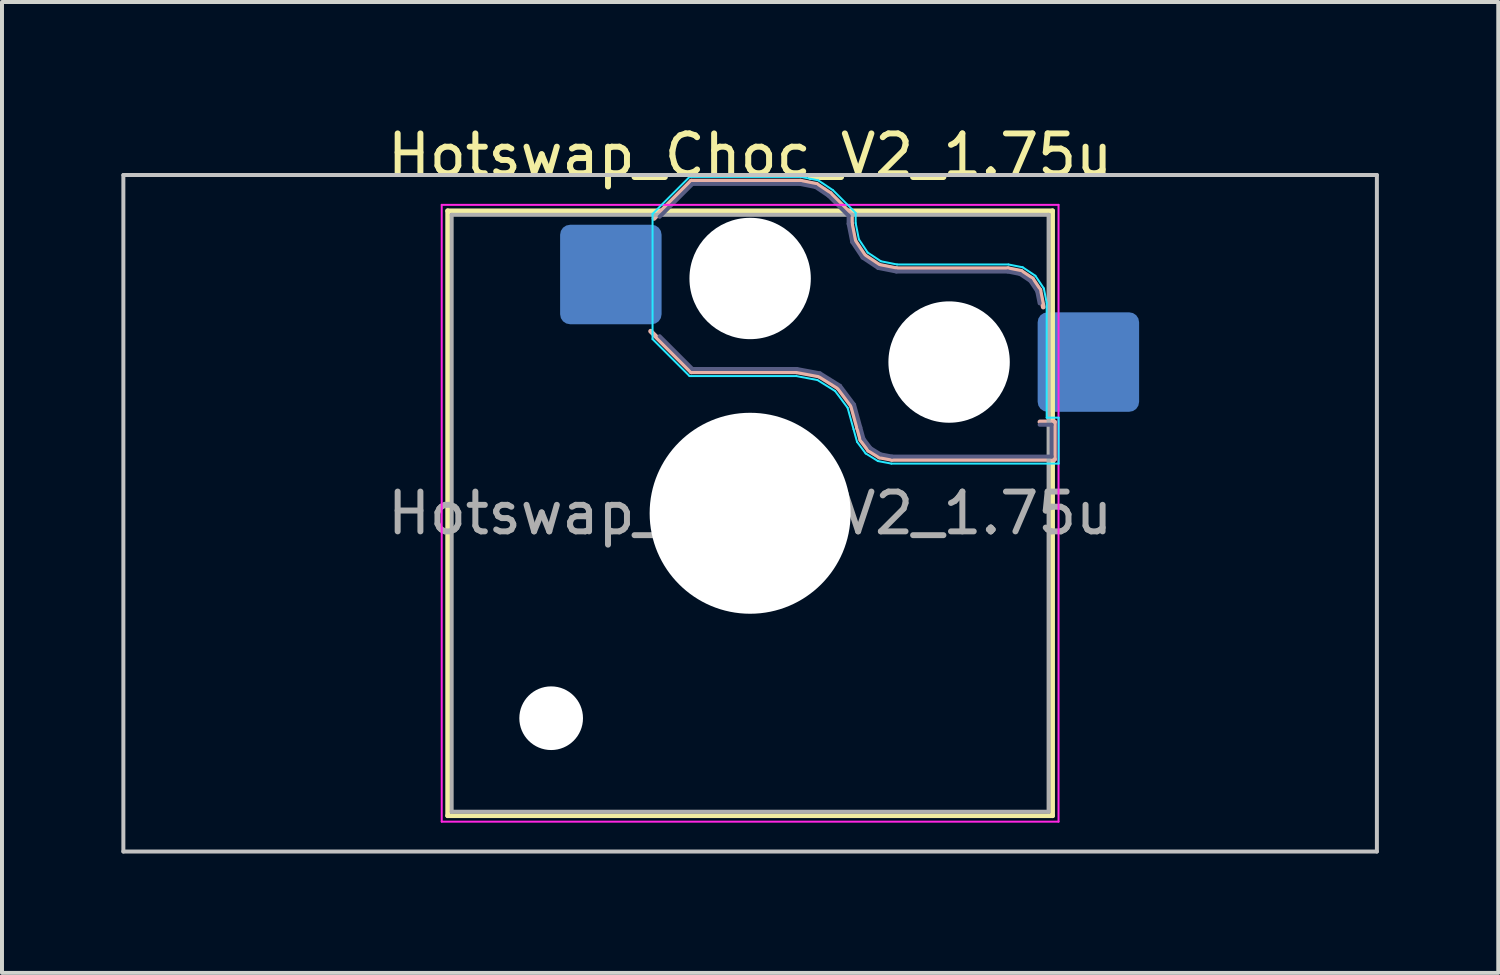
<source format=kicad_pcb>
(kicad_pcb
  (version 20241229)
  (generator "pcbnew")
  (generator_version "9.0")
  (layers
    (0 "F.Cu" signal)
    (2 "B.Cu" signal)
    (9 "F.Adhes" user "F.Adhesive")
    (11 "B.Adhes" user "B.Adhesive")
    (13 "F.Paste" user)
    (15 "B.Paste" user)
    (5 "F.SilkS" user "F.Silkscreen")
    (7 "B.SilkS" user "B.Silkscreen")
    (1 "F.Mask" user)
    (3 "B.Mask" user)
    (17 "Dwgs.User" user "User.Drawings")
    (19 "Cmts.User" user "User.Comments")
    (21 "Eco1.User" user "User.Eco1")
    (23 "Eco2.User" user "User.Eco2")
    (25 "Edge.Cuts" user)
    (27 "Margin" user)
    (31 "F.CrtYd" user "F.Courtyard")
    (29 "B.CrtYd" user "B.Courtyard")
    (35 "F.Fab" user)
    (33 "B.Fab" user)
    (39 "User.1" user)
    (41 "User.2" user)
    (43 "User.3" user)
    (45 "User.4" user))
  (footprint "Hotswap_Choc_V2_1.75u"
    (layer "F.Cu")
    (at 15.8 9.848)
    (property "Reference" "Hotswap_Choc_V2_1.75u" (at 0 -9 0) (layer "F.SilkS") (effects (font (size 1 1) (thickness 0.15))))
    (attr smd)
    (fp_line (start -7.6 -7.6) (end -7.6 7.6) (stroke (width 0.12) (type solid)) (layer "F.SilkS"))
    (fp_line (start -7.6 7.6) (end 7.6 7.6) (stroke (width 0.12) (type solid)) (layer "F.SilkS"))
    (fp_line (start 7.6 -7.6) (end -7.6 -7.6) (stroke (width 0.12) (type solid)) (layer "F.SilkS"))
    (fp_line (start 7.6 7.6) (end 7.6 -7.6) (stroke (width 0.12) (type solid)) (layer "F.SilkS"))
    (fp_line (start -2.416 -7.409) (end -1.479 -8.346) (stroke (width 0.12) (type solid)) (layer "B.SilkS"))
    (fp_line (start -1.479 -8.346) (end 1.268 -8.346) (stroke (width 0.12) (type solid)) (layer "B.SilkS"))
    (fp_line (start -1.479 -3.554) (end -2.5 -4.575) (stroke (width 0.12) (type solid)) (layer "B.SilkS"))
    (fp_line (start 1.168 -3.554) (end -1.479 -3.554) (stroke (width 0.12) (type solid)) (layer "B.SilkS"))
    (fp_line (start 1.268 -8.346) (end 1.671 -8.266) (stroke (width 0.12) (type solid)) (layer "B.SilkS"))
    (fp_line (start 1.671 -8.266) (end 2.013 -8.037) (stroke (width 0.12) (type solid)) (layer "B.SilkS"))
    (fp_line (start 1.73 -3.449) (end 1.168 -3.554) (stroke (width 0.12) (type solid)) (layer "B.SilkS"))
    (fp_line (start 2.013 -8.037) (end 2.546 -7.504) (stroke (width 0.12) (type solid)) (layer "B.SilkS"))
    (fp_line (start 2.209 -3.15) (end 1.73 -3.449) (stroke (width 0.12) (type solid)) (layer "B.SilkS"))
    (fp_line (start 2.546 -7.504) (end 2.546 -7.282) (stroke (width 0.12) (type solid)) (layer "B.SilkS"))
    (fp_line (start 2.546 -7.282) (end 2.633 -6.844) (stroke (width 0.12) (type solid)) (layer "B.SilkS"))
    (fp_line (start 2.547 -2.697) (end 2.209 -3.15) (stroke (width 0.12) (type solid)) (layer "B.SilkS"))
    (fp_line (start 2.633 -6.844) (end 2.877 -6.477) (stroke (width 0.12) (type solid)) (layer "B.SilkS"))
    (fp_line (start 2.701 -2.139) (end 2.547 -2.697) (stroke (width 0.12) (type solid)) (layer "B.SilkS"))
    (fp_line (start 2.783 -1.841) (end 2.701 -2.139) (stroke (width 0.12) (type solid)) (layer "B.SilkS"))
    (fp_line (start 2.877 -6.477) (end 3.244 -6.233) (stroke (width 0.12) (type solid)) (layer "B.SilkS"))
    (fp_line (start 2.976 -1.583) (end 2.783 -1.841) (stroke (width 0.12) (type solid)) (layer "B.SilkS"))
    (fp_line (start 3.244 -6.233) (end 3.682 -6.146) (stroke (width 0.12) (type solid)) (layer "B.SilkS"))
    (fp_line (start 3.25 -1.413) (end 2.976 -1.583) (stroke (width 0.12) (type solid)) (layer "B.SilkS"))
    (fp_line (start 3.56 -1.354) (end 3.25 -1.413) (stroke (width 0.12) (type solid)) (layer "B.SilkS"))
    (fp_line (start 3.682 -6.146) (end 6.482 -6.146) (stroke (width 0.12) (type solid)) (layer "B.SilkS"))
    (fp_line (start 6.482 -6.146) (end 6.809 -6.081) (stroke (width 0.12) (type solid)) (layer "B.SilkS"))
    (fp_line (start 6.809 -6.081) (end 7.092 -5.892) (stroke (width 0.12) (type solid)) (layer "B.SilkS"))
    (fp_line (start 7.092 -5.892) (end 7.281 -5.609) (stroke (width 0.12) (type solid)) (layer "B.SilkS"))
    (fp_line (start 7.281 -5.609) (end 7.366 -5.182) (stroke (width 0.12) (type solid)) (layer "B.SilkS"))
    (fp_line (start 7.283 -2.296) (end 7.646 -2.296) (stroke (width 0.12) (type solid)) (layer "B.SilkS"))
    (fp_line (start 7.646 -2.296) (end 7.646 -1.354) (stroke (width 0.12) (type solid)) (layer "B.SilkS"))
    (fp_line (start 7.646 -1.354) (end 3.56 -1.354) (stroke (width 0.12) (type solid)) (layer "B.SilkS"))
    (fp_line (start -15.75 -8.5) (end -15.75 8.5) (stroke (width 0.1) (type solid)) (layer "Dwgs.User"))
    (fp_line (start -15.75 8.5) (end 15.75 8.5) (stroke (width 0.1) (type solid)) (layer "Dwgs.User"))
    (fp_line (start 15.75 -8.5) (end -15.75 -8.5) (stroke (width 0.1) (type solid)) (layer "Dwgs.User"))
    (fp_line (start 15.75 8.5) (end 15.75 -8.5) (stroke (width 0.1) (type solid)) (layer "Dwgs.User"))
    (fp_line (start -7.25 -7.25) (end -7.25 7.25) (stroke (width 0.1) (type solid)) (layer "Eco1.User"))
    (fp_line (start -7.25 7.25) (end 7.25 7.25) (stroke (width 0.1) (type solid)) (layer "Eco1.User"))
    (fp_line (start 7.25 -7.25) (end -7.25 -7.25) (stroke (width 0.1) (type solid)) (layer "Eco1.User"))
    (fp_line (start 7.25 7.25) (end 7.25 -7.25) (stroke (width 0.1) (type solid)) (layer "Eco1.User"))
    (fp_line (start -2.452 -7.523) (end -1.523 -8.452) (stroke (width 0.05) (type solid)) (layer "B.CrtYd"))
    (fp_line (start -2.452 -4.377) (end -2.452 -7.523) (stroke (width 0.05) (type solid)) (layer "B.CrtYd"))
    (fp_line (start -1.523 -8.452) (end 1.278 -8.452) (stroke (width 0.05) (type solid)) (layer "B.CrtYd"))
    (fp_line (start -1.523 -3.448) (end -2.452 -4.377) (stroke (width 0.05) (type solid)) (layer "B.CrtYd"))
    (fp_line (start 1.159 -3.448) (end -1.523 -3.448) (stroke (width 0.05) (type solid)) (layer "B.CrtYd"))
    (fp_line (start 1.278 -8.452) (end 1.712 -8.366) (stroke (width 0.05) (type solid)) (layer "B.CrtYd"))
    (fp_line (start 1.691 -3.348) (end 1.159 -3.448) (stroke (width 0.05) (type solid)) (layer "B.CrtYd"))
    (fp_line (start 1.712 -8.366) (end 2.081 -8.119) (stroke (width 0.05) (type solid)) (layer "B.CrtYd"))
    (fp_line (start 2.081 -8.119) (end 2.652 -7.548) (stroke (width 0.05) (type solid)) (layer "B.CrtYd"))
    (fp_line (start 2.136 -3.071) (end 1.691 -3.348) (stroke (width 0.05) (type solid)) (layer "B.CrtYd"))
    (fp_line (start 2.45 -2.65) (end 2.136 -3.071) (stroke (width 0.05) (type solid)) (layer "B.CrtYd"))
    (fp_line (start 2.599 -2.111) (end 2.45 -2.65) (stroke (width 0.05) (type solid)) (layer "B.CrtYd"))
    (fp_line (start 2.652 -7.548) (end 2.652 -7.292) (stroke (width 0.05) (type solid)) (layer "B.CrtYd"))
    (fp_line (start 2.652 -7.292) (end 2.733 -6.885) (stroke (width 0.05) (type solid)) (layer "B.CrtYd"))
    (fp_line (start 2.687 -1.794) (end 2.599 -2.111) (stroke (width 0.05) (type solid)) (layer "B.CrtYd"))
    (fp_line (start 2.733 -6.885) (end 2.953 -6.553) (stroke (width 0.05) (type solid)) (layer "B.CrtYd"))
    (fp_line (start 2.903 -1.503) (end 2.687 -1.794) (stroke (width 0.05) (type solid)) (layer "B.CrtYd"))
    (fp_line (start 2.953 -6.553) (end 3.285 -6.333) (stroke (width 0.05) (type solid)) (layer "B.CrtYd"))
    (fp_line (start 3.211 -1.312) (end 2.903 -1.503) (stroke (width 0.05) (type solid)) (layer "B.CrtYd"))
    (fp_line (start 3.285 -6.333) (end 3.692 -6.252) (stroke (width 0.05) (type solid)) (layer "B.CrtYd"))
    (fp_line (start 3.55 -1.248) (end 3.211 -1.312) (stroke (width 0.05) (type solid)) (layer "B.CrtYd"))
    (fp_line (start 3.692 -6.252) (end 6.492 -6.252) (stroke (width 0.05) (type solid)) (layer "B.CrtYd"))
    (fp_line (start 6.492 -6.252) (end 6.85 -6.181) (stroke (width 0.05) (type solid)) (layer "B.CrtYd"))
    (fp_line (start 6.85 -6.181) (end 7.168 -5.968) (stroke (width 0.05) (type solid)) (layer "B.CrtYd"))
    (fp_line (start 7.168 -5.968) (end 7.381 -5.65) (stroke (width 0.05) (type solid)) (layer "B.CrtYd"))
    (fp_line (start 7.381 -5.65) (end 7.452 -5.292) (stroke (width 0.05) (type solid)) (layer "B.CrtYd"))
    (fp_line (start 7.452 -5.292) (end 7.452 -2.402) (stroke (width 0.05) (type solid)) (layer "B.CrtYd"))
    (fp_line (start 7.452 -2.402) (end 7.752 -2.402) (stroke (width 0.05) (type solid)) (layer "B.CrtYd"))
    (fp_line (start 7.752 -2.402) (end 7.752 -1.248) (stroke (width 0.05) (type solid)) (layer "B.CrtYd"))
    (fp_line (start 7.752 -1.248) (end 3.55 -1.248) (stroke (width 0.05) (type solid)) (layer "B.CrtYd"))
    (fp_line (start -7.75 -7.75) (end -7.75 7.75) (stroke (width 0.05) (type solid)) (layer "F.CrtYd"))
    (fp_line (start -7.75 7.75) (end 7.75 7.75) (stroke (width 0.05) (type solid)) (layer "F.CrtYd"))
    (fp_line (start 7.75 -7.75) (end -7.75 -7.75) (stroke (width 0.05) (type solid)) (layer "F.CrtYd"))
    (fp_line (start 7.75 7.75) (end 7.75 -7.75) (stroke (width 0.05) (type solid)) (layer "F.CrtYd"))
    (fp_line (start -2.275 -7.45) (end -1.45 -8.275) (stroke (width 0.1) (type solid)) (layer "B.Fab"))
    (fp_line (start -1.45 -8.275) (end 1.261 -8.275) (stroke (width 0.1) (type solid)) (layer "B.Fab"))
    (fp_line (start -1.45 -3.625) (end -2.275 -4.45) (stroke (width 0.1) (type solid)) (layer "B.Fab"))
    (fp_line (start 1.175 -3.625) (end -1.45 -3.625) (stroke (width 0.1) (type solid)) (layer "B.Fab"))
    (fp_line (start 1.261 -8.275) (end 1.643 -8.199) (stroke (width 0.1) (type solid)) (layer "B.Fab"))
    (fp_line (start 1.643 -8.199) (end 1.968 -7.982) (stroke (width 0.1) (type solid)) (layer "B.Fab"))
    (fp_line (start 1.756 -3.516) (end 1.175 -3.625) (stroke (width 0.1) (type solid)) (layer "B.Fab"))
    (fp_line (start 1.968 -7.982) (end 2.475 -7.475) (stroke (width 0.1) (type solid)) (layer "B.Fab"))
    (fp_line (start 2.258 -3.203) (end 1.756 -3.516) (stroke (width 0.1) (type solid)) (layer "B.Fab"))
    (fp_line (start 2.475 -7.475) (end 2.475 -7.275) (stroke (width 0.1) (type solid)) (layer "B.Fab"))
    (fp_line (start 2.475 -7.275) (end 2.566 -6.816) (stroke (width 0.1) (type solid)) (layer "B.Fab"))
    (fp_line (start 2.566 -6.816) (end 2.826 -6.426) (stroke (width 0.1) (type solid)) (layer "B.Fab"))
    (fp_line (start 2.612 -2.729) (end 2.258 -3.203) (stroke (width 0.1) (type solid)) (layer "B.Fab"))
    (fp_line (start 2.769 -2.158) (end 2.612 -2.729) (stroke (width 0.1) (type solid)) (layer "B.Fab"))
    (fp_line (start 2.826 -6.426) (end 3.216 -6.166) (stroke (width 0.1) (type solid)) (layer "B.Fab"))
    (fp_line (start 2.848 -1.873) (end 2.769 -2.158) (stroke (width 0.1) (type solid)) (layer "B.Fab"))
    (fp_line (start 3.025 -1.636) (end 2.848 -1.873) (stroke (width 0.1) (type solid)) (layer "B.Fab"))
    (fp_line (start 3.216 -6.166) (end 3.675 -6.075) (stroke (width 0.1) (type solid)) (layer "B.Fab"))
    (fp_line (start 3.276 -1.48) (end 3.025 -1.636) (stroke (width 0.1) (type solid)) (layer "B.Fab"))
    (fp_line (start 3.567 -1.425) (end 3.276 -1.48) (stroke (width 0.1) (type solid)) (layer "B.Fab"))
    (fp_line (start 3.675 -6.075) (end 6.475 -6.075) (stroke (width 0.1) (type solid)) (layer "B.Fab"))
    (fp_line (start 6.475 -6.075) (end 6.781 -6.014) (stroke (width 0.1) (type solid)) (layer "B.Fab"))
    (fp_line (start 6.781 -6.014) (end 7.041 -5.841) (stroke (width 0.1) (type solid)) (layer "B.Fab"))
    (fp_line (start 7.041 -5.841) (end 7.214 -5.581) (stroke (width 0.1) (type solid)) (layer "B.Fab"))
    (fp_line (start 7.214 -5.581) (end 7.275 -5.275) (stroke (width 0.1) (type solid)) (layer "B.Fab"))
    (fp_line (start 7.275 -2.225) (end 7.575 -2.225) (stroke (width 0.1) (type solid)) (layer "B.Fab"))
    (fp_line (start 7.575 -2.225) (end 7.575 -1.425) (stroke (width 0.1) (type solid)) (layer "B.Fab"))
    (fp_line (start 7.575 -1.425) (end 3.567 -1.425) (stroke (width 0.1) (type solid)) (layer "B.Fab"))
    (fp_line (start -7.5 -7.5) (end -7.5 7.5) (stroke (width 0.1) (type solid)) (layer "F.Fab"))
    (fp_line (start -7.5 7.5) (end 7.5 7.5) (stroke (width 0.1) (type solid)) (layer "F.Fab"))
    (fp_line (start 7.5 -7.5) (end -7.5 -7.5) (stroke (width 0.1) (type solid)) (layer "F.Fab"))
    (fp_line (start 7.5 7.5) (end 7.5 -7.5) (stroke (width 0.1) (type solid)) (layer "F.Fab"))
    (fp_text user "${REFERENCE}" (at 0 0 0) (layer "F.Fab") (effects (font (size 1 1) (thickness 0.15))))
    (pad "" np_thru_hole circle (at -5 5.15) (size 1.6 1.6) (drill 1.6) (layers "*.Cu" "*.Mask"))
    (pad "" np_thru_hole circle (at 0 -5.9) (size 3.05 3.05) (drill 3.05) (layers "*.Cu" "*.Mask"))
    (pad "" np_thru_hole circle (at 0 0) (size 5.05 5.05) (drill 5.05) (layers "*.Cu" "*.Mask"))
    (pad "" np_thru_hole circle (at 5 -3.8) (size 3.05 3.05) (drill 3.05) (layers "*.Cu" "*.Mask"))
    (pad "1" smd roundrect (at -3.5 -6) (size 2.55 2.5) (layers "B.Cu" "B.Mask" "B.Paste") (roundrect_rratio 0.1))
    (pad "2" smd roundrect (at 8.5 -3.8) (size 2.55 2.5) (layers "B.Cu" "B.Mask" "B.Paste") (roundrect_rratio 0.1)))
  (gr_rect
    (start -3 -3)
    (end 34.6 21.398)
    (stroke (width 0.1) (type default))
    (fill no)
    (layer "Edge.Cuts")))
</source>
